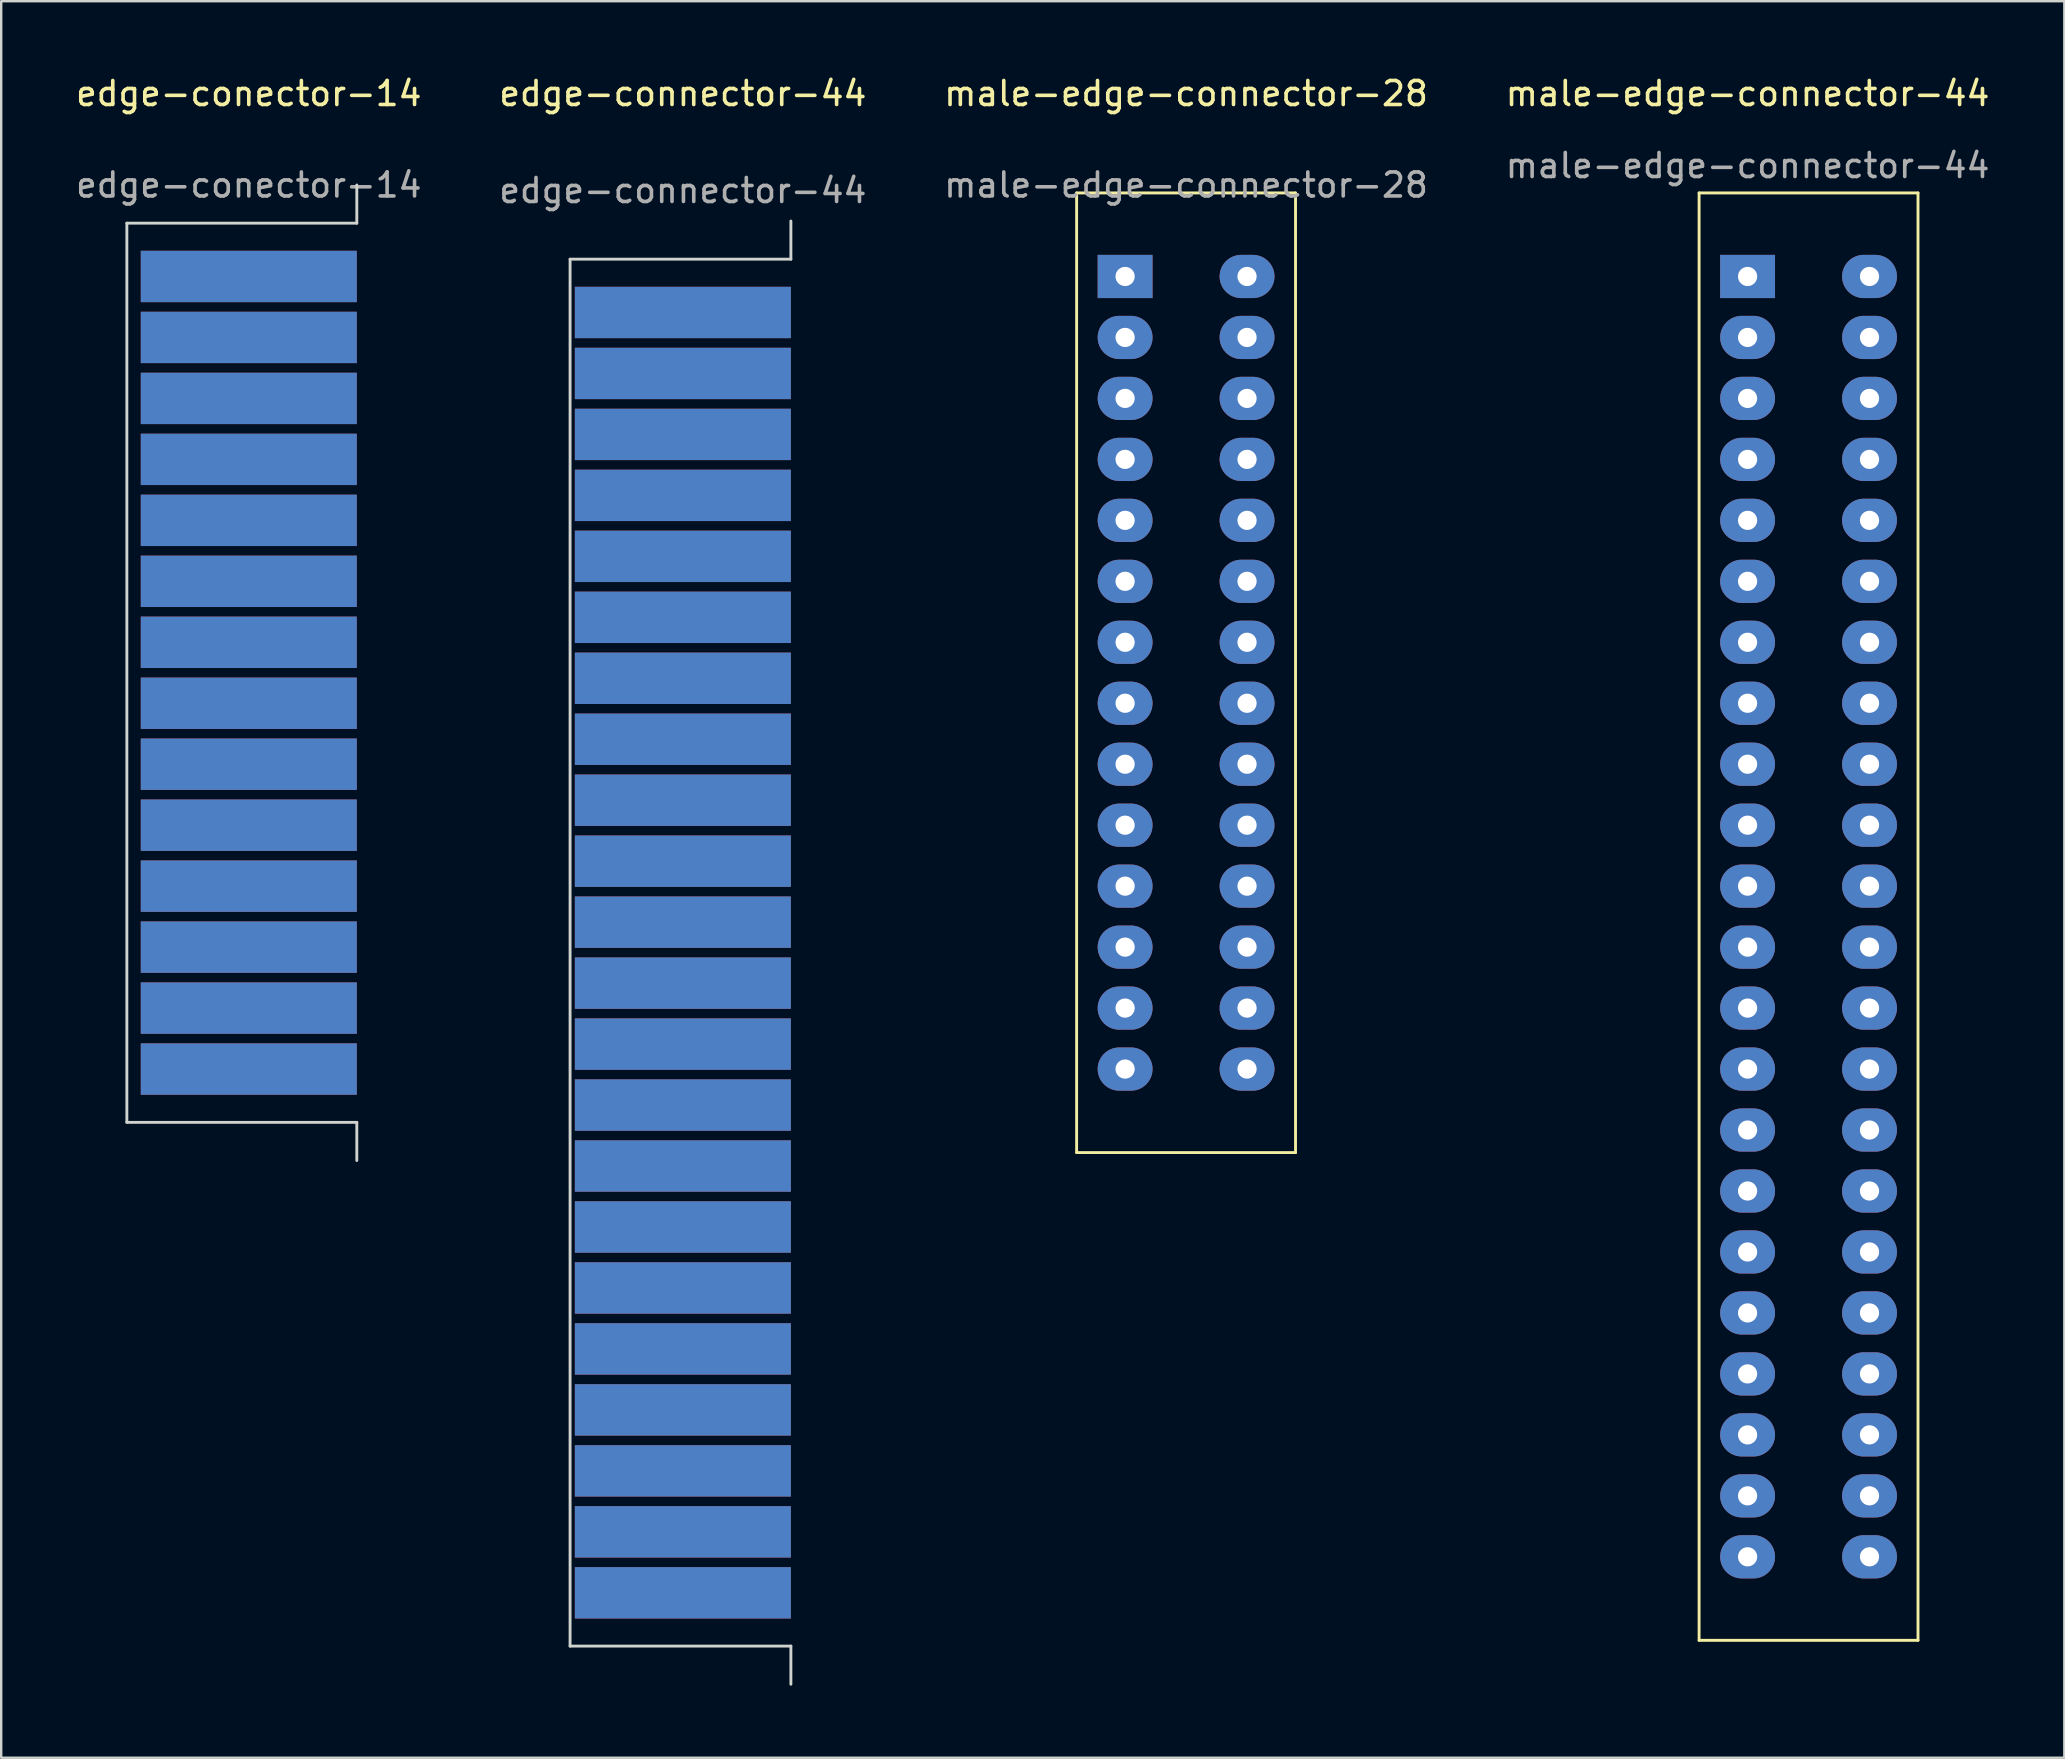
<source format=kicad_pcb>
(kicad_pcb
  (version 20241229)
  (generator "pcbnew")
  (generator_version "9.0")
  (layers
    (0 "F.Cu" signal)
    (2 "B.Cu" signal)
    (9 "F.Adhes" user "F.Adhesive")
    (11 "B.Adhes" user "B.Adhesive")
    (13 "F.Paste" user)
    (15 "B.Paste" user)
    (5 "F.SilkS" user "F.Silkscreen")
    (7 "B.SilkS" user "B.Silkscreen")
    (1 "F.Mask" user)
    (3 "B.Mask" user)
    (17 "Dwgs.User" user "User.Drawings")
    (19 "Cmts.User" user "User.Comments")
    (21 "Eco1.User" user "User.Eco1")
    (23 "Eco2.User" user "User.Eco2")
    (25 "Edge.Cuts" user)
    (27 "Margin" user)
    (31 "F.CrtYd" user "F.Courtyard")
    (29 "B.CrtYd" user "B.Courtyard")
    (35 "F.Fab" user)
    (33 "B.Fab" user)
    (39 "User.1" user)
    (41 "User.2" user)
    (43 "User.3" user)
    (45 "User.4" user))
  (footprint "edge-conector-14"
    (layer "F.Cu")
    (at 7.315 8.468)
    (property "Reference" "edge-conector-14" (at 0 -7.62 0) (unlocked yes) (layer "F.SilkS") (effects (font (size 1 1) (thickness 0.15))))
    (attr smd)
    (fp_line (start -5.08 -2.22) (end 4.5 -2.22) (stroke (width 0.12) (type solid)) (layer "Edge.Cuts"))
    (fp_line (start -5.08 35.24) (end -5.08 -2.22) (stroke (width 0.12) (type solid)) (layer "Edge.Cuts"))
    (fp_line (start -5.08 35.24) (end 4.5 35.24) (stroke (width 0.12) (type solid)) (layer "Edge.Cuts"))
    (fp_line (start 4.5 -2.22) (end 4.5 -3.81) (stroke (width 0.12) (type solid)) (layer "Edge.Cuts"))
    (fp_line (start 4.5 35.24) (end 4.5 36.83) (stroke (width 0.12) (type solid)) (layer "Edge.Cuts"))
    (fp_text user "${REFERENCE}" (at 0 -3.81 0) (unlocked yes) (layer "F.Fab") (effects (font (size 1 1) (thickness 0.15))))
    (pad "1" connect rect (at 0 0) (size 9 2.14) (layers "F.Cu" "F.Mask"))
    (pad "2" connect rect (at 0 2.54) (size 9 2.14) (layers "F.Cu" "F.Mask"))
    (pad "3" connect rect (at 0 5.08) (size 9 2.14) (layers "F.Cu" "F.Mask"))
    (pad "4" connect rect (at 0 7.62) (size 9 2.14) (layers "F.Cu" "F.Mask"))
    (pad "5" connect rect (at 0 10.16) (size 9 2.14) (layers "F.Cu" "F.Mask"))
    (pad "6" connect rect (at 0 12.7) (size 9 2.14) (layers "F.Cu" "F.Mask"))
    (pad "7" connect rect (at 0 15.24) (size 9 2.14) (layers "F.Cu" "F.Mask"))
    (pad "8" connect rect (at 0 17.78) (size 9 2.14) (layers "F.Cu" "F.Mask"))
    (pad "9" connect rect (at 0 20.32) (size 9 2.14) (layers "F.Cu" "F.Mask"))
    (pad "10" connect rect (at 0 22.86) (size 9 2.14) (layers "F.Cu" "F.Mask"))
    (pad "11" connect rect (at 0 25.4) (size 9 2.14) (layers "F.Cu" "F.Mask"))
    (pad "12" connect rect (at 0 27.94) (size 9 2.14) (layers "F.Cu" "F.Mask"))
    (pad "13" connect rect (at 0 30.48) (size 9 2.14) (layers "F.Cu" "F.Mask"))
    (pad "14" connect rect (at 0 33.02) (size 9 2.14) (layers "F.Cu" "F.Mask"))
    (pad "15" connect rect (at 0 0) (size 9 2.14) (layers "B.Cu" "B.Mask"))
    (pad "16" connect rect (at 0 2.54) (size 9 2.14) (layers "B.Cu" "B.Mask"))
    (pad "17" connect rect (at 0 5.08) (size 9 2.14) (layers "B.Cu" "B.Mask"))
    (pad "18" connect rect (at 0 7.62) (size 9 2.14) (layers "B.Cu" "B.Mask"))
    (pad "19" connect rect (at 0 10.16) (size 9 2.14) (layers "B.Cu" "B.Mask"))
    (pad "20" connect rect (at 0 12.7) (size 9 2.14) (layers "B.Cu" "B.Mask"))
    (pad "21" connect rect (at 0 15.24) (size 9 2.14) (layers "B.Cu" "B.Mask"))
    (pad "22" connect rect (at 0 17.78) (size 9 2.14) (layers "B.Cu" "B.Mask"))
    (pad "23" connect rect (at 0 20.32) (size 9 2.14) (layers "B.Cu" "B.Mask"))
    (pad "24" connect rect (at 0 22.86) (size 9 2.14) (layers "B.Cu" "B.Mask"))
    (pad "25" connect rect (at 0 25.4) (size 9 2.14) (layers "B.Cu" "B.Mask"))
    (pad "26" connect rect (at 0 27.94) (size 9 2.14) (layers "B.Cu" "B.Mask"))
    (pad "27" connect rect (at 0 30.48) (size 9 2.14) (layers "B.Cu" "B.Mask"))
    (pad "28" connect rect (at 0 33.02) (size 9 2.14) (layers "B.Cu" "B.Mask")))
  (footprint "edge-connector-44"
    (layer "F.Cu")
    (at 25.399 9.968)
    (property "Reference" "edge-connector-44" (at 0 -9.12 0) (unlocked yes) (layer "F.SilkS") (effects (font (size 1 1) (thickness 0.15))))
    (attr smd)
    (fp_line (start -4.699 -2.22) (end -4.699 55.56) (stroke (width 0.12) (type solid)) (layer "Edge.Cuts"))
    (fp_line (start -4.699 -2.22) (end 4.5 -2.22) (stroke (width 0.12) (type solid)) (layer "Edge.Cuts"))
    (fp_line (start -4.699 55.56) (end 4.5 55.56) (stroke (width 0.12) (type solid)) (layer "Edge.Cuts"))
    (fp_line (start 4.5 -2.22) (end 4.5 -3.81) (stroke (width 0.12) (type solid)) (layer "Edge.Cuts"))
    (fp_line (start 4.5 55.56) (end 4.5 57.15) (stroke (width 0.12) (type solid)) (layer "Edge.Cuts"))
    (fp_text user "${REFERENCE}" (at 0 -5.08 0) (unlocked yes) (layer "F.Fab") (effects (font (size 1 1) (thickness 0.15))))
    (pad "1" connect rect (at 0 0) (size 9 2.14) (layers "F.Cu" "F.Mask"))
    (pad "2" connect rect (at 0 2.54) (size 9 2.14) (layers "F.Cu" "F.Mask"))
    (pad "3" connect rect (at 0 5.08) (size 9 2.14) (layers "F.Cu" "F.Mask"))
    (pad "4" connect rect (at 0 7.62) (size 9 2.14) (layers "F.Cu" "F.Mask"))
    (pad "5" connect rect (at 0 10.16) (size 9 2.14) (layers "F.Cu" "F.Mask"))
    (pad "6" connect rect (at 0 12.7) (size 9 2.14) (layers "F.Cu" "F.Mask"))
    (pad "7" connect rect (at 0 15.24) (size 9 2.14) (layers "F.Cu" "F.Mask"))
    (pad "8" connect rect (at 0 17.78) (size 9 2.14) (layers "F.Cu" "F.Mask"))
    (pad "9" connect rect (at 0 20.32) (size 9 2.14) (layers "F.Cu" "F.Mask"))
    (pad "10" connect rect (at 0 22.86) (size 9 2.14) (layers "F.Cu" "F.Mask"))
    (pad "11" connect rect (at 0 25.4) (size 9 2.14) (layers "F.Cu" "F.Mask"))
    (pad "12" connect rect (at 0 27.94) (size 9 2.14) (layers "F.Cu" "F.Mask"))
    (pad "13" connect rect (at 0 30.48) (size 9 2.14) (layers "F.Cu" "F.Mask"))
    (pad "14" connect rect (at 0 33.02) (size 9 2.14) (layers "F.Cu" "F.Mask"))
    (pad "15" connect rect (at 0 35.56) (size 9 2.14) (layers "F.Cu" "F.Mask"))
    (pad "16" connect rect (at 0 38.1) (size 9 2.14) (layers "F.Cu" "F.Mask"))
    (pad "17" connect rect (at 0 40.64) (size 9 2.14) (layers "F.Cu" "F.Mask"))
    (pad "18" connect rect (at 0 43.18) (size 9 2.14) (layers "F.Cu" "F.Mask"))
    (pad "19" connect rect (at 0 45.72) (size 9 2.14) (layers "F.Cu" "F.Mask"))
    (pad "20" connect rect (at 0 48.26) (size 9 2.14) (layers "F.Cu" "F.Mask"))
    (pad "21" connect rect (at 0 50.8) (size 9 2.14) (layers "F.Cu" "F.Mask"))
    (pad "22" connect rect (at 0 53.34) (size 9 2.14) (layers "F.Cu" "F.Mask"))
    (pad "23" connect rect (at 0 0) (size 9 2.14) (layers "B.Cu" "B.Mask"))
    (pad "24" connect rect (at 0 2.54) (size 9 2.14) (layers "B.Cu" "B.Mask"))
    (pad "25" connect rect (at 0 5.08) (size 9 2.14) (layers "B.Cu" "B.Mask"))
    (pad "26" connect rect (at 0 7.62) (size 9 2.14) (layers "B.Cu" "B.Mask"))
    (pad "27" connect rect (at 0 10.16) (size 9 2.14) (layers "B.Cu" "B.Mask"))
    (pad "28" connect rect (at 0 12.7) (size 9 2.14) (layers "B.Cu" "B.Mask"))
    (pad "29" connect rect (at 0 15.24) (size 9 2.14) (layers "B.Cu" "B.Mask"))
    (pad "30" connect rect (at 0 17.78) (size 9 2.14) (layers "B.Cu" "B.Mask"))
    (pad "31" connect rect (at 0 20.32) (size 9 2.14) (layers "B.Cu" "B.Mask"))
    (pad "32" connect rect (at 0 22.86) (size 9 2.14) (layers "B.Cu" "B.Mask"))
    (pad "33" connect rect (at 0 25.4) (size 9 2.14) (layers "B.Cu" "B.Mask"))
    (pad "34" connect rect (at 0 27.94) (size 9 2.14) (layers "B.Cu" "B.Mask"))
    (pad "35" connect rect (at 0 30.48) (size 9 2.14) (layers "B.Cu" "B.Mask"))
    (pad "36" connect rect (at 0 33.02) (size 9 2.14) (layers "B.Cu" "B.Mask"))
    (pad "37" connect rect (at 0 35.56) (size 9 2.14) (layers "B.Cu" "B.Mask"))
    (pad "38" connect rect (at 0 38.1) (size 9 2.14) (layers "B.Cu" "B.Mask"))
    (pad "39" connect rect (at 0 40.64) (size 9 2.14) (layers "B.Cu" "B.Mask"))
    (pad "40" connect rect (at 0 43.18) (size 9 2.14) (layers "B.Cu" "B.Mask"))
    (pad "41" connect rect (at 0 45.72) (size 9 2.14) (layers "B.Cu" "B.Mask"))
    (pad "42" connect rect (at 0 48.26) (size 9 2.14) (layers "B.Cu" "B.Mask"))
    (pad "43" connect rect (at 0 50.8) (size 9 2.14) (layers "B.Cu" "B.Mask"))
    (pad "44" connect rect (at 0 53.34) (size 9 2.14) (layers "B.Cu" "B.Mask")))
  (footprint "male-edge-connector-44"
    (layer "F.Cu")
    (at 69.756 8.468)
    (property "Reference" "male-edge-connector-44" (at 0 -7.62 0) (unlocked yes) (layer "F.SilkS") (effects (font (size 1 1) (thickness 0.15))))
    (fp_line (start -2.02 -3.48) (end -2.02 56.82) (stroke (width 0.12) (type solid)) (layer "F.SilkS"))
    (fp_line (start -2.02 56.82) (end 7.1 56.82) (stroke (width 0.12) (type solid)) (layer "F.SilkS"))
    (fp_line (start 7.1 -3.48) (end -2.02 -3.48) (stroke (width 0.12) (type solid)) (layer "F.SilkS"))
    (fp_line (start 7.1 56.82) (end 7.1 -3.48) (stroke (width 0.12) (type solid)) (layer "F.SilkS"))
    (fp_text user "${REFERENCE}" (at 0 -4.62 0) (unlocked yes) (layer "F.Fab") (effects (font (size 1 1) (thickness 0.15))))
    (pad "1" thru_hole rect (at 0 0) (size 2.286 1.8) (drill 0.8) (layers "*.Cu" "*.Mask") (remove_unused_layers yes) (keep_end_layers yes) (zone_layer_connections))
    (pad "2" thru_hole oval (at 0 2.54) (size 2.286 1.8) (drill 0.8) (layers "*.Cu" "*.Mask"))
    (pad "3" thru_hole oval (at 0 5.08) (size 2.286 1.8) (drill 0.8) (layers "*.Cu" "*.Mask"))
    (pad "4" thru_hole oval (at 0 7.62) (size 2.286 1.8) (drill 0.8) (layers "*.Cu" "*.Mask"))
    (pad "5" thru_hole oval (at 0 10.16) (size 2.286 1.8) (drill 0.8) (layers "*.Cu" "*.Mask"))
    (pad "6" thru_hole oval (at 0 12.7) (size 2.286 1.8) (drill 0.8) (layers "*.Cu" "*.Mask"))
    (pad "7" thru_hole oval (at 0 15.24) (size 2.286 1.8) (drill 0.8) (layers "*.Cu" "*.Mask"))
    (pad "8" thru_hole oval (at 0 17.78) (size 2.286 1.8) (drill 0.8) (layers "*.Cu" "*.Mask"))
    (pad "9" thru_hole oval (at 0 20.32) (size 2.286 1.8) (drill 0.8) (layers "*.Cu" "*.Mask"))
    (pad "10" thru_hole oval (at 0 22.86) (size 2.286 1.8) (drill 0.8) (layers "*.Cu" "*.Mask"))
    (pad "11" thru_hole oval (at 0 25.4) (size 2.286 1.8) (drill 0.8) (layers "*.Cu" "*.Mask"))
    (pad "12" thru_hole oval (at 0 27.94) (size 2.286 1.8) (drill 0.8) (layers "*.Cu" "*.Mask"))
    (pad "13" thru_hole oval (at 0 30.48) (size 2.286 1.8) (drill 0.8) (layers "*.Cu" "*.Mask"))
    (pad "14" thru_hole oval (at 0 33.02) (size 2.286 1.8) (drill 0.8) (layers "*.Cu" "*.Mask"))
    (pad "15" thru_hole oval (at 0 35.56) (size 2.286 1.8) (drill 0.8) (layers "*.Cu" "*.Mask"))
    (pad "16" thru_hole oval (at 0 38.1) (size 2.286 1.8) (drill 0.8) (layers "*.Cu" "*.Mask"))
    (pad "17" thru_hole oval (at 0 40.64) (size 2.286 1.8) (drill 0.8) (layers "*.Cu" "*.Mask"))
    (pad "18" thru_hole oval (at 0 43.18) (size 2.286 1.8) (drill 0.8) (layers "*.Cu" "*.Mask"))
    (pad "19" thru_hole oval (at 0 45.72) (size 2.286 1.8) (drill 0.8) (layers "*.Cu" "*.Mask"))
    (pad "20" thru_hole oval (at 0 48.26) (size 2.286 1.8) (drill 0.8) (layers "*.Cu" "*.Mask"))
    (pad "21" thru_hole oval (at 0 50.8) (size 2.286 1.8) (drill 0.8) (layers "*.Cu" "*.Mask"))
    (pad "22" thru_hole oval (at 0 53.34) (size 2.286 1.8) (drill 0.8) (layers "*.Cu" "*.Mask"))
    (pad "23" thru_hole oval (at 5.08 0) (size 2.286 1.8) (drill 0.8) (layers "*.Cu" "*.Mask"))
    (pad "24" thru_hole oval (at 5.08 2.54) (size 2.286 1.8) (drill 0.8) (layers "*.Cu" "*.Mask"))
    (pad "25" thru_hole oval (at 5.08 5.08) (size 2.286 1.8) (drill 0.8) (layers "*.Cu" "*.Mask"))
    (pad "26" thru_hole oval (at 5.08 7.62) (size 2.286 1.8) (drill 0.8) (layers "*.Cu" "*.Mask"))
    (pad "27" thru_hole oval (at 5.08 10.16) (size 2.286 1.8) (drill 0.8) (layers "*.Cu" "*.Mask"))
    (pad "28" thru_hole oval (at 5.08 12.7) (size 2.286 1.8) (drill 0.8) (layers "*.Cu" "*.Mask"))
    (pad "29" thru_hole oval (at 5.08 15.24) (size 2.286 1.8) (drill 0.8) (layers "*.Cu" "*.Mask"))
    (pad "30" thru_hole oval (at 5.08 17.78) (size 2.286 1.8) (drill 0.8) (layers "*.Cu" "*.Mask"))
    (pad "31" thru_hole oval (at 5.08 20.32) (size 2.286 1.8) (drill 0.8) (layers "*.Cu" "*.Mask"))
    (pad "32" thru_hole oval (at 5.08 22.86) (size 2.286 1.8) (drill 0.8) (layers "*.Cu" "*.Mask"))
    (pad "33" thru_hole oval (at 5.08 25.4) (size 2.286 1.8) (drill 0.8) (layers "*.Cu" "*.Mask"))
    (pad "34" thru_hole oval (at 5.08 27.94) (size 2.286 1.8) (drill 0.8) (layers "*.Cu" "*.Mask"))
    (pad "35" thru_hole oval (at 5.08 30.48) (size 2.286 1.8) (drill 0.8) (layers "*.Cu" "*.Mask"))
    (pad "36" thru_hole oval (at 5.08 33.02) (size 2.286 1.8) (drill 0.8) (layers "*.Cu" "*.Mask"))
    (pad "37" thru_hole oval (at 5.08 35.56) (size 2.286 1.8) (drill 0.8) (layers "*.Cu" "*.Mask"))
    (pad "38" thru_hole oval (at 5.08 38.1) (size 2.286 1.8) (drill 0.8) (layers "*.Cu" "*.Mask"))
    (pad "39" thru_hole oval (at 5.08 40.64) (size 2.286 1.8) (drill 0.8) (layers "*.Cu" "*.Mask"))
    (pad "40" thru_hole oval (at 5.08 43.18) (size 2.286 1.8) (drill 0.8) (layers "*.Cu" "*.Mask"))
    (pad "41" thru_hole oval (at 5.08 45.72) (size 2.286 1.8) (drill 0.8) (layers "*.Cu" "*.Mask"))
    (pad "42" thru_hole oval (at 5.08 48.26) (size 2.286 1.8) (drill 0.8) (layers "*.Cu" "*.Mask"))
    (pad "43" thru_hole oval (at 5.08 50.8) (size 2.286 1.8) (drill 0.8) (layers "*.Cu" "*.Mask"))
    (pad "44" thru_hole oval (at 5.08 53.34) (size 2.286 1.8) (drill 0.8) (layers "*.Cu" "*.Mask")))
  (footprint "male-edge-connector-28"
    (layer "F.Cu")
    (at 43.823 8.468)
    (property "Reference" "male-edge-connector-28" (at 2.54 -7.62 0) (unlocked yes) (layer "F.SilkS") (effects (font (size 1 1) (thickness 0.15))))
    (attr smd)
    (fp_line (start -2.02 -3.48) (end -2.02 36.5) (stroke (width 0.12) (type solid)) (layer "F.SilkS"))
    (fp_line (start 7.1 -3.48) (end -2.02 -3.48) (stroke (width 0.12) (type solid)) (layer "F.SilkS"))
    (fp_line (start 7.1 36.5) (end -2.02 36.5) (stroke (width 0.12) (type solid)) (layer "F.SilkS"))
    (fp_line (start 7.1 36.5) (end 7.1 -3.48) (stroke (width 0.12) (type solid)) (layer "F.SilkS"))
    (fp_text user "${REFERENCE}" (at 2.54 -3.81 0) (unlocked yes) (layer "F.Fab") (effects (font (size 1 1) (thickness 0.15))))
    (pad "1" thru_hole rect (at 0 0) (size 2.286 1.8) (drill 0.8) (layers "*.Cu" "*.Mask") (remove_unused_layers yes) (keep_end_layers yes) (zone_layer_connections))
    (pad "2" thru_hole oval (at 0 2.54) (size 2.286 1.8) (drill 0.8) (layers "*.Cu" "*.Mask"))
    (pad "3" thru_hole oval (at 0 5.08) (size 2.286 1.8) (drill 0.8) (layers "*.Cu" "*.Mask"))
    (pad "4" thru_hole oval (at 0 7.62) (size 2.286 1.8) (drill 0.8) (layers "*.Cu" "*.Mask"))
    (pad "5" thru_hole oval (at 0 10.16) (size 2.286 1.8) (drill 0.8) (layers "*.Cu" "*.Mask"))
    (pad "6" thru_hole oval (at 0 12.7) (size 2.286 1.8) (drill 0.8) (layers "*.Cu" "*.Mask"))
    (pad "7" thru_hole oval (at 0 15.24) (size 2.286 1.8) (drill 0.8) (layers "*.Cu" "*.Mask"))
    (pad "8" thru_hole oval (at 0 17.78) (size 2.286 1.8) (drill 0.8) (layers "*.Cu" "*.Mask"))
    (pad "9" thru_hole oval (at 0 20.32) (size 2.286 1.8) (drill 0.8) (layers "*.Cu" "*.Mask"))
    (pad "10" thru_hole oval (at 0 22.86) (size 2.286 1.8) (drill 0.8) (layers "*.Cu" "*.Mask"))
    (pad "11" thru_hole oval (at 0 25.4) (size 2.286 1.8) (drill 0.8) (layers "*.Cu" "*.Mask"))
    (pad "12" thru_hole oval (at 0 27.94) (size 2.286 1.8) (drill 0.8) (layers "*.Cu" "*.Mask"))
    (pad "13" thru_hole oval (at 0 30.48) (size 2.286 1.8) (drill 0.8) (layers "*.Cu" "*.Mask"))
    (pad "14" thru_hole oval (at 0 33.02) (size 2.286 1.8) (drill 0.8) (layers "*.Cu" "*.Mask"))
    (pad "15" thru_hole oval (at 5.08 0) (size 2.286 1.8) (drill 0.8) (layers "*.Cu" "*.Mask"))
    (pad "16" thru_hole oval (at 5.08 2.54) (size 2.286 1.8) (drill 0.8) (layers "*.Cu" "*.Mask"))
    (pad "17" thru_hole oval (at 5.08 5.08) (size 2.286 1.8) (drill 0.8) (layers "*.Cu" "*.Mask"))
    (pad "18" thru_hole oval (at 5.08 7.62) (size 2.286 1.8) (drill 0.8) (layers "*.Cu" "*.Mask"))
    (pad "19" thru_hole oval (at 5.08 10.16) (size 2.286 1.8) (drill 0.8) (layers "*.Cu" "*.Mask"))
    (pad "20" thru_hole oval (at 5.08 12.7) (size 2.286 1.8) (drill 0.8) (layers "*.Cu" "*.Mask"))
    (pad "21" thru_hole oval (at 5.08 15.24) (size 2.286 1.8) (drill 0.8) (layers "*.Cu" "*.Mask"))
    (pad "22" thru_hole oval (at 5.08 17.78) (size 2.286 1.8) (drill 0.8) (layers "*.Cu" "*.Mask"))
    (pad "23" thru_hole oval (at 5.08 20.32) (size 2.286 1.8) (drill 0.8) (layers "*.Cu" "*.Mask"))
    (pad "24" thru_hole oval (at 5.08 22.86) (size 2.286 1.8) (drill 0.8) (layers "*.Cu" "*.Mask"))
    (pad "25" thru_hole oval (at 5.08 25.4) (size 2.286 1.8) (drill 0.8) (layers "*.Cu" "*.Mask"))
    (pad "26" thru_hole oval (at 5.08 27.94) (size 2.286 1.8) (drill 0.8) (layers "*.Cu" "*.Mask"))
    (pad "27" thru_hole oval (at 5.08 30.48) (size 2.286 1.8) (drill 0.8) (layers "*.Cu" "*.Mask"))
    (pad "28" thru_hole oval (at 5.08 33.02) (size 2.286 1.8) (drill 0.8) (layers "*.Cu" "*.Mask")))
  (gr_rect
    (start -3 -3)
    (end 82.952 70.178)
    (stroke (width 0.1) (type default))
    (fill no)
    (layer "Edge.Cuts")))
</source>
